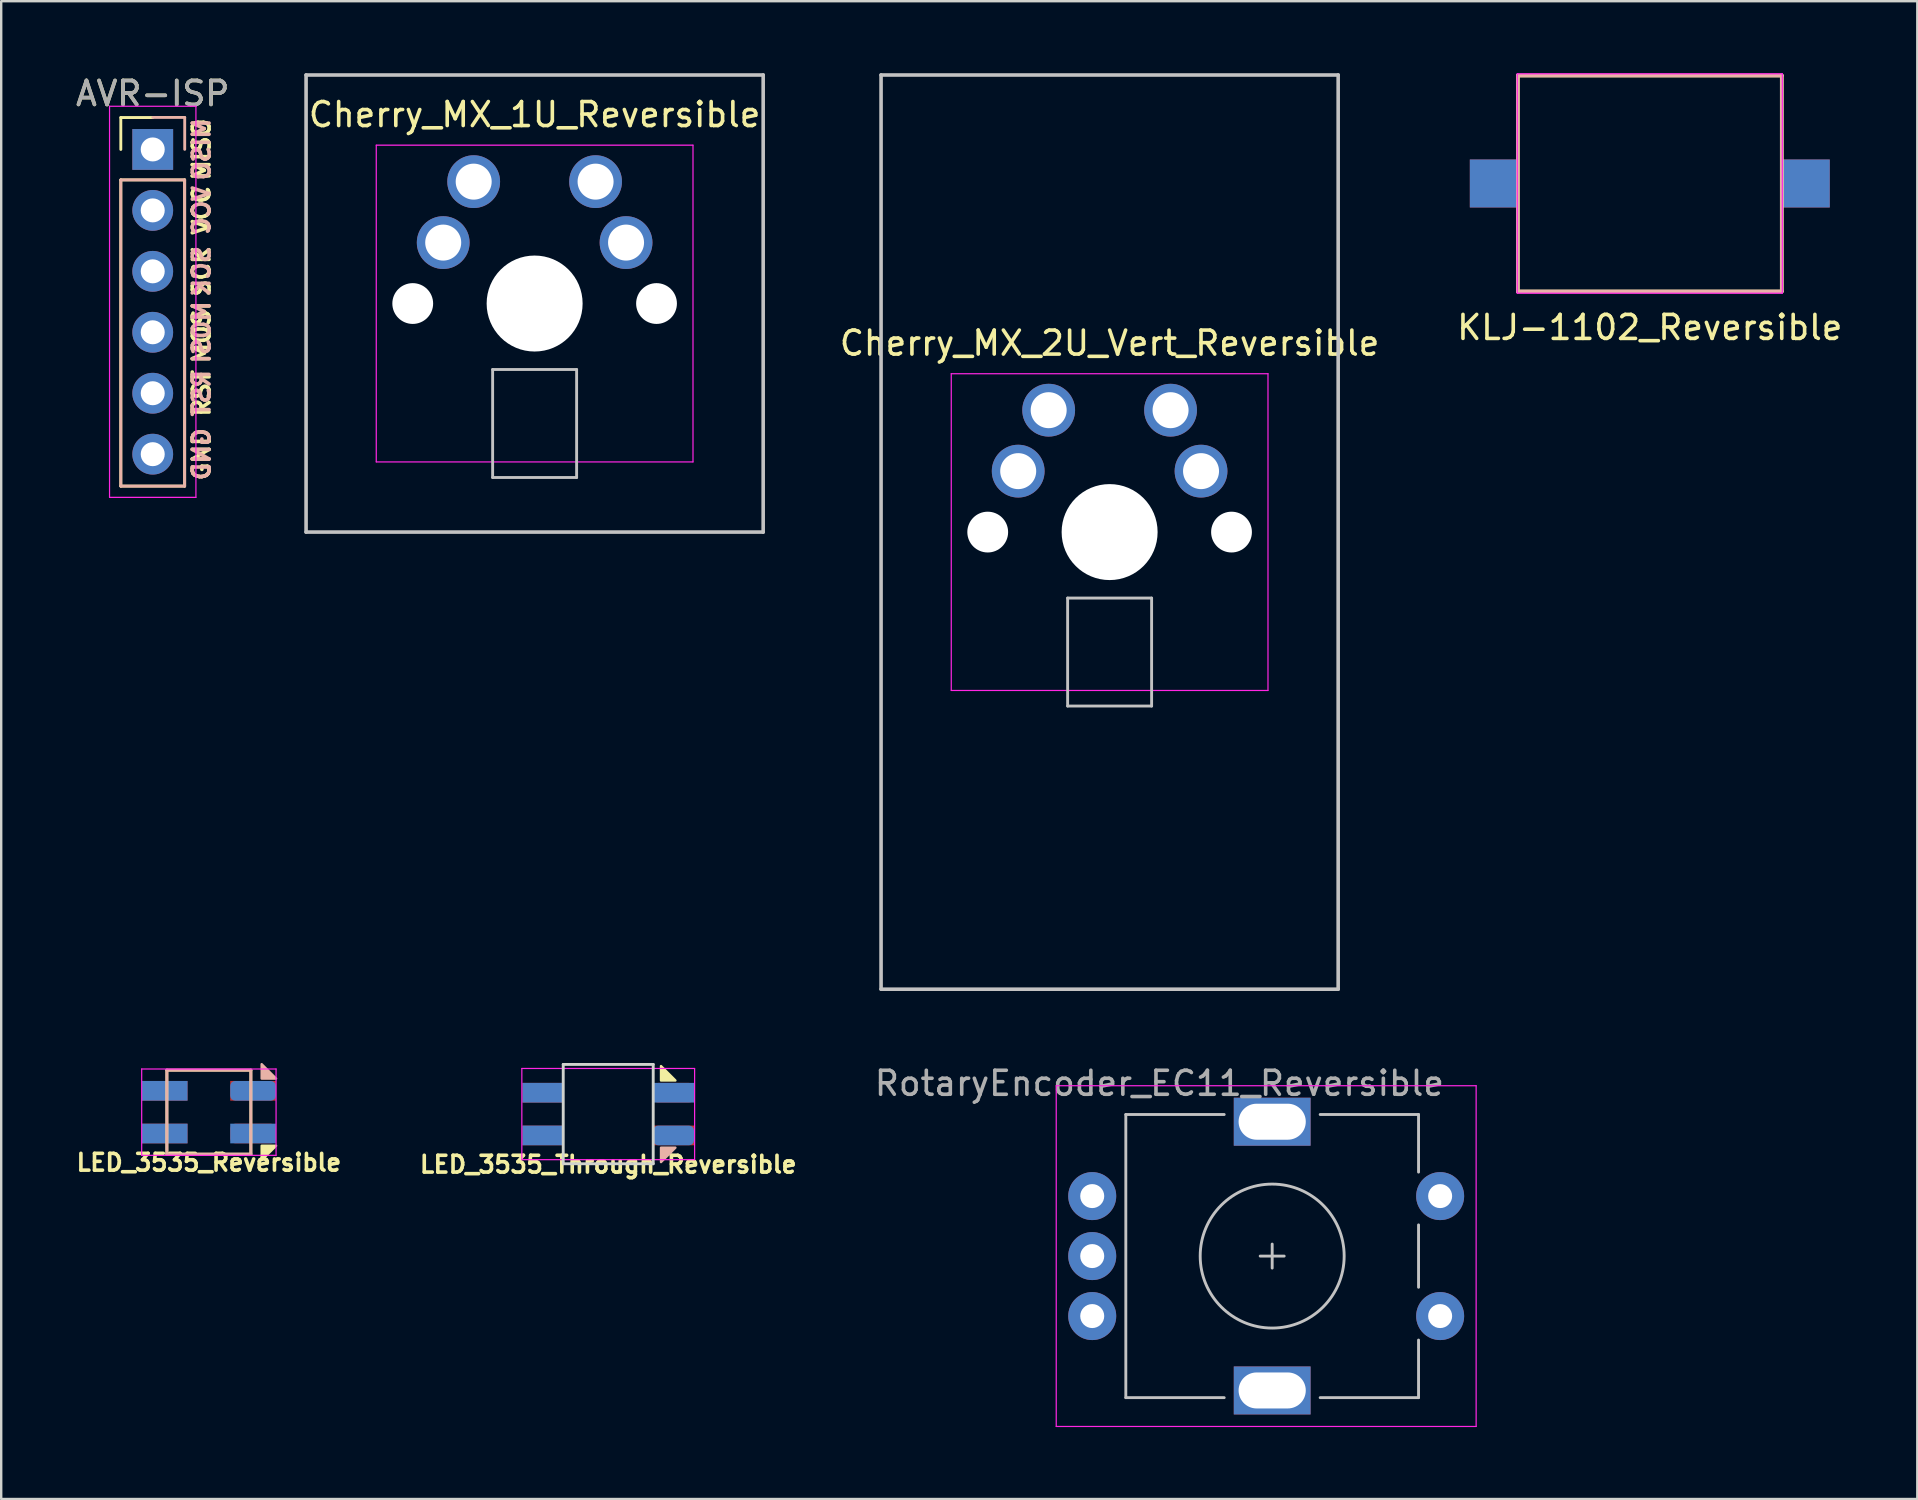
<source format=kicad_pcb>
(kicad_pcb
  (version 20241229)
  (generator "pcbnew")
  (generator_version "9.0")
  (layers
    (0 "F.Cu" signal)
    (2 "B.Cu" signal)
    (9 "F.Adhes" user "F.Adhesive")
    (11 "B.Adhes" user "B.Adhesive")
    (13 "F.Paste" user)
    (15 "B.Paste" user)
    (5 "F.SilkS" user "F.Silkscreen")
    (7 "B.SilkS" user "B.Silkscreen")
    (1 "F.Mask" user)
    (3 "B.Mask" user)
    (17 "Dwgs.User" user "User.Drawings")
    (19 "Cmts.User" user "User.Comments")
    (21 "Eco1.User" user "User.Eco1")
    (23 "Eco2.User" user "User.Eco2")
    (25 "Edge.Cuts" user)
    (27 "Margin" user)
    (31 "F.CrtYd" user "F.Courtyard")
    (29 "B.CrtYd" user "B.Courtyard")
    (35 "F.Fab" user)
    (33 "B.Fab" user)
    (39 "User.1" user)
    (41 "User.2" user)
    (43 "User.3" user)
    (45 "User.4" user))
  (footprint "LED_3535_Reversible"
    (layer "F.Cu")
    (at 5.655 43.3)
    (property "Reference" "LED_3535_Reversible" (at 0 2.1 0) (unlocked yes) (layer "F.SilkS") (effects (font (size 0.7 0.7) (thickness 0.15))))
    (attr through_hole)
    (fp_line (start -1.75 -1.75) (end 1.75 -1.75) (stroke (width 0.12) (type solid)) (layer "F.SilkS"))
    (fp_line (start -1.75 1.75) (end -1.75 -1.75) (stroke (width 0.12) (type solid)) (layer "F.SilkS"))
    (fp_line (start 1.75 -1.75) (end 1.75 1.75) (stroke (width 0.12) (type solid)) (layer "F.SilkS"))
    (fp_line (start 1.75 1.75) (end -1.75 1.75) (stroke (width 0.12) (type solid)) (layer "F.SilkS"))
    (fp_poly (pts (xy 2.8 1.4) (xy 2.2 1.4) (xy 2.2 2)) (stroke (width 0.1) (type solid)) (fill yes) (layer "F.SilkS"))
    (fp_line (start -1.75 -1.75) (end 1.75 -1.75) (stroke (width 0.12) (type solid)) (layer "B.SilkS"))
    (fp_line (start -1.75 1.75) (end -1.75 -1.75) (stroke (width 0.12) (type solid)) (layer "B.SilkS"))
    (fp_line (start 1.75 -1.75) (end 1.75 1.75) (stroke (width 0.12) (type solid)) (layer "B.SilkS"))
    (fp_line (start 1.75 1.75) (end -1.75 1.75) (stroke (width 0.12) (type solid)) (layer "B.SilkS"))
    (fp_poly (pts (xy 2.8 -1.4) (xy 2.2 -1.4) (xy 2.2 -2)) (stroke (width 0.1) (type solid)) (fill yes) (layer "B.SilkS"))
    (fp_line (start -2.8 -1.8) (end 2.8 -1.8) (stroke (width 0.05) (type solid)) (layer "F.CrtYd"))
    (fp_line (start -2.8 1.8) (end -2.8 -1.8) (stroke (width 0.05) (type solid)) (layer "F.CrtYd"))
    (fp_line (start 2.8 -1.8) (end 2.8 1.8) (stroke (width 0.05) (type solid)) (layer "F.CrtYd"))
    (fp_line (start 2.8 1.8) (end -2.8 1.8) (stroke (width 0.05) (type solid)) (layer "F.CrtYd"))
    (pad "1" smd rect (at -1.84 -0.89) (size 1.9 0.82) (layers "F.Cu" "F.Mask" "F.Paste"))
    (pad "1" smd rect (at -1.84 0.89) (size 1.9 0.82) (layers "B.Cu" "B.Mask" "B.Paste"))
    (pad "2" smd rect (at -1.84 -0.89) (size 1.9 0.82) (layers "B.Cu" "B.Mask" "B.Paste"))
    (pad "2" smd rect (at -1.84 0.89) (size 1.9 0.82) (layers "F.Cu" "F.Mask" "F.Paste"))
    (pad "3" smd roundrect (at 1.84 -0.89) (size 1.9 0.82) (layers "B.Cu" "B.Mask" "B.Paste") (roundrect_rratio 0.25))
    (pad "3" smd roundrect (at 1.84 0.89) (size 1.9 0.82) (layers "F.Cu" "F.Mask" "F.Paste") (roundrect_rratio 0.25))
    (pad "4" smd rect (at 1.84 -0.89) (size 1.9 0.82) (layers "F.Cu" "F.Mask" "F.Paste"))
    (pad "4" smd rect (at 1.84 0.89) (size 1.9 0.82) (layers "B.Cu" "B.Mask" "B.Paste")))
  (footprint "Cherry_MX_2U_Vert_Reversible"
    (layer "F.Cu")
    (at 43.194 19.125)
    (property "Reference" "Cherry_MX_2U_Vert_Reversible" (at 0 -7.874 0) (layer "F.SilkS") (effects (font (size 1 1) (thickness 0.15))))
    (attr through_hole)
    (fp_line (start -9.525 -19.05) (end 9.525 -19.05) (stroke (width 0.15) (type solid)) (layer "Dwgs.User"))
    (fp_line (start -9.525 19.05) (end -9.525 -19.05) (stroke (width 0.15) (type solid)) (layer "Dwgs.User"))
    (fp_line (start -1.75 2.75) (end 1.75 2.75) (stroke (width 0.12) (type solid)) (layer "Dwgs.User"))
    (fp_line (start -1.75 7.25) (end -1.75 2.75) (stroke (width 0.12) (type solid)) (layer "Dwgs.User"))
    (fp_line (start 1.75 2.75) (end 1.75 7.25) (stroke (width 0.12) (type solid)) (layer "Dwgs.User"))
    (fp_line (start 1.75 7.25) (end -1.75 7.25) (stroke (width 0.12) (type solid)) (layer "Dwgs.User"))
    (fp_line (start 9.525 -19.05) (end 9.525 19.05) (stroke (width 0.15) (type solid)) (layer "Dwgs.User"))
    (fp_line (start 9.525 19.05) (end -9.525 19.05) (stroke (width 0.15) (type solid)) (layer "Dwgs.User"))
    (fp_line (start -6.6 -6.6) (end 6.6 -6.6) (stroke (width 0.05) (type solid)) (layer "F.CrtYd"))
    (fp_line (start -6.6 6.6) (end -6.6 -6.6) (stroke (width 0.05) (type solid)) (layer "F.CrtYd"))
    (fp_line (start 6.6 -6.6) (end 6.6 6.6) (stroke (width 0.05) (type solid)) (layer "F.CrtYd"))
    (fp_line (start 6.6 6.6) (end -6.6 6.6) (stroke (width 0.05) (type solid)) (layer "F.CrtYd"))
    (pad "" np_thru_hole circle (at -5.08 0) (size 1.7 1.7) (drill 1.7) (layers "*.Cu"))
    (pad "" np_thru_hole circle (at 0 0) (size 4 4) (drill 4) (layers "*.Cu" "*.Mask"))
    (pad "" np_thru_hole circle (at 5.08 0) (size 1.7 1.7) (drill 1.7) (layers "*.Cu"))
    (pad "1" thru_hole circle (at -3.81 -2.54) (size 2.2 2.2) (drill 1.5) (layers "*.Cu" "*.Mask"))
    (pad "1" thru_hole circle (at -2.54 -5.08) (size 2.2 2.2) (drill 1.5) (layers "*.Cu" "*.Mask"))
    (pad "2" thru_hole circle (at 2.54 -5.08) (size 2.2 2.2) (drill 1.5) (layers "*.Cu" "*.Mask"))
    (pad "2" thru_hole circle (at 3.81 -2.54) (size 2.2 2.2) (drill 1.5) (layers "*.Cu" "*.Mask")))
  (footprint "LED_3535_Through_Reversible"
    (layer "F.Cu")
    (at 22.298 43.38)
    (property "Reference" "LED_3535_Through_Reversible" (at 0 2.1 0) (unlocked yes) (layer "F.SilkS") (effects (font (size 0.7 0.7) (thickness 0.15))))
    (attr through_hole)
    (fp_poly (pts (xy 2.8 -1.4) (xy 2.2 -1.4) (xy 2.2 -2)) (stroke (width 0.1) (type solid)) (fill yes) (layer "F.SilkS"))
    (fp_poly (pts (xy 2.8 1.4) (xy 2.2 1.4) (xy 2.2 2)) (stroke (width 0.1) (type solid)) (fill yes) (layer "B.SilkS"))
    (fp_line (start -1.875 -2.07) (end 1.875 -2.07) (stroke (width 0.12) (type solid)) (layer "Edge.Cuts"))
    (fp_line (start -1.875 2.07) (end -1.875 -2.07) (stroke (width 0.12) (type solid)) (layer "Edge.Cuts"))
    (fp_line (start 1.875 -2.07) (end 1.875 2.07) (stroke (width 0.12) (type solid)) (layer "Edge.Cuts"))
    (fp_line (start 1.875 2.07) (end -1.875 2.07) (stroke (width 0.12) (type solid)) (layer "Edge.Cuts"))
    (fp_line (start -3.6 -1.9) (end 3.6 -1.9) (stroke (width 0.05) (type solid)) (layer "F.CrtYd"))
    (fp_line (start -3.6 1.9) (end -3.6 -1.9) (stroke (width 0.05) (type solid)) (layer "F.CrtYd"))
    (fp_line (start 3.6 -1.9) (end 3.6 1.9) (stroke (width 0.05) (type solid)) (layer "F.CrtYd"))
    (fp_line (start 3.6 1.9) (end -3.6 1.9) (stroke (width 0.05) (type solid)) (layer "F.CrtYd"))
    (pad "1" smd rect (at -2.725 -0.89) (size 1.7 0.82) (layers "B.Cu" "B.Mask" "B.Paste"))
    (pad "1" smd rect (at -2.725 0.89) (size 1.7 0.82) (layers "F.Cu" "F.Mask" "F.Paste"))
    (pad "2" smd rect (at -2.725 -0.89) (size 1.7 0.82) (layers "F.Cu" "F.Mask" "F.Paste"))
    (pad "2" smd rect (at -2.725 0.89) (size 1.7 0.82) (layers "B.Cu" "B.Mask" "B.Paste"))
    (pad "3" smd roundrect (at 2.725 -0.89) (size 1.7 0.82) (layers "F.Cu" "F.Mask" "F.Paste") (roundrect_rratio 0.25))
    (pad "3" smd roundrect (at 2.725 0.89) (size 1.7 0.82) (layers "B.Cu" "B.Mask" "B.Paste") (roundrect_rratio 0.25))
    (pad "4" smd rect (at 2.725 -0.89) (size 1.7 0.82) (layers "B.Cu" "B.Mask" "B.Paste"))
    (pad "4" smd rect (at 2.725 0.89) (size 1.7 0.82) (layers "F.Cu" "F.Mask" "F.Paste")))
  (footprint "RotaryEncoder_EC11_Reversible"
    (layer "F.Cu")
    (at 49.969 49.298)
    (property "Reference" "RotaryEncoder_EC11_Reversible" (at -4.7 -7.2 0) (layer "F.Fab") (effects (font (size 1 1) (thickness 0.15))))
    (attr through_hole)
    (fp_line (start -6.1 -5.9) (end -6.1 5.9) (stroke (width 0.12) (type solid)) (layer "Dwgs.User"))
    (fp_line (start -2 -5.9) (end -6.1 -5.9) (stroke (width 0.12) (type solid)) (layer "Dwgs.User"))
    (fp_line (start -2 5.9) (end -6.1 5.9) (stroke (width 0.12) (type solid)) (layer "Dwgs.User"))
    (fp_line (start -0.5 0) (end 0.5 0) (stroke (width 0.12) (type solid)) (layer "Dwgs.User"))
    (fp_line (start 0 -0.5) (end 0 0.5) (stroke (width 0.12) (type solid)) (layer "Dwgs.User"))
    (fp_line (start 2 -5.9) (end 6.1 -5.9) (stroke (width 0.12) (type solid)) (layer "Dwgs.User"))
    (fp_line (start 6.1 -5.9) (end 6.1 -3.5) (stroke (width 0.12) (type solid)) (layer "Dwgs.User"))
    (fp_line (start 6.1 -1.3) (end 6.1 1.3) (stroke (width 0.12) (type solid)) (layer "Dwgs.User"))
    (fp_line (start 6.1 3.5) (end 6.1 5.9) (stroke (width 0.12) (type solid)) (layer "Dwgs.User"))
    (fp_line (start 6.1 5.9) (end 2 5.9) (stroke (width 0.12) (type solid)) (layer "Dwgs.User"))
    (fp_circle (center 0 0) (end 3 0) (stroke (width 0.12) (type solid)) (fill no) (layer "Dwgs.User"))
    (fp_line (start -9 -7.1) (end -9 7.1) (stroke (width 0.05) (type solid)) (layer "F.CrtYd"))
    (fp_line (start -9 -7.1) (end 8.5 -7.1) (stroke (width 0.05) (type solid)) (layer "F.CrtYd"))
    (fp_line (start 8.5 7.1) (end -9 7.1) (stroke (width 0.05) (type solid)) (layer "F.CrtYd"))
    (fp_line (start 8.5 7.1) (end 8.5 -7.1) (stroke (width 0.05) (type solid)) (layer "F.CrtYd"))
    (pad "" np_thru_hole rect (at 0 -5.6) (size 3.2 2) (drill oval 2.8 1.5) (layers "*.Cu" "*.Mask"))
    (pad "" np_thru_hole rect (at 0 5.6) (size 3.2 2) (drill oval 2.8 1.5) (layers "*.Cu" "*.Mask"))
    (pad "A" thru_hole circle (at -7.5 -2.5) (size 2 2) (drill 1) (layers "*.Cu" "*.Mask"))
    (pad "B" thru_hole circle (at -7.5 2.5) (size 2 2) (drill 1) (layers "*.Cu" "*.Mask"))
    (pad "C" thru_hole circle (at -7.5 0) (size 2 2) (drill 1) (layers "*.Cu" "*.Mask"))
    (pad "S1" thru_hole circle (at 7 2.5) (size 2 2) (drill 1) (layers "*.Cu" "*.Mask"))
    (pad "S2" thru_hole circle (at 7 -2.5) (size 2 2) (drill 1) (layers "*.Cu" "*.Mask")))
  (footprint "Cherry_MX_1U_Reversible"
    (layer "F.Cu")
    (at 19.231 9.6)
    (property "Reference" "Cherry_MX_1U_Reversible" (at 0 -7.874 0) (layer "F.SilkS") (effects (font (size 1 1) (thickness 0.15))))
    (attr through_hole)
    (fp_line (start -9.525 -9.525) (end 9.525 -9.525) (stroke (width 0.15) (type solid)) (layer "Dwgs.User"))
    (fp_line (start -9.525 9.525) (end -9.525 -9.525) (stroke (width 0.15) (type solid)) (layer "Dwgs.User"))
    (fp_line (start -1.75 2.75) (end 1.75 2.75) (stroke (width 0.12) (type solid)) (layer "Dwgs.User"))
    (fp_line (start -1.75 7.25) (end -1.75 2.75) (stroke (width 0.12) (type solid)) (layer "Dwgs.User"))
    (fp_line (start 1.75 2.75) (end 1.75 7.25) (stroke (width 0.12) (type solid)) (layer "Dwgs.User"))
    (fp_line (start 1.75 7.25) (end -1.75 7.25) (stroke (width 0.12) (type solid)) (layer "Dwgs.User"))
    (fp_line (start 9.525 -9.525) (end 9.525 9.525) (stroke (width 0.15) (type solid)) (layer "Dwgs.User"))
    (fp_line (start 9.525 9.525) (end -9.525 9.525) (stroke (width 0.15) (type solid)) (layer "Dwgs.User"))
    (fp_line (start -6.6 -6.6) (end 6.6 -6.6) (stroke (width 0.05) (type solid)) (layer "F.CrtYd"))
    (fp_line (start -6.6 6.6) (end -6.6 -6.6) (stroke (width 0.05) (type solid)) (layer "F.CrtYd"))
    (fp_line (start 6.6 -6.6) (end 6.6 6.6) (stroke (width 0.05) (type solid)) (layer "F.CrtYd"))
    (fp_line (start 6.6 6.6) (end -6.6 6.6) (stroke (width 0.05) (type solid)) (layer "F.CrtYd"))
    (pad "" np_thru_hole circle (at -5.08 0) (size 1.7 1.7) (drill 1.7) (layers "*.Cu" "*.Mask"))
    (pad "" np_thru_hole circle (at 0 0) (size 4 4) (drill 4) (layers "*.Cu" "*.Mask"))
    (pad "" np_thru_hole circle (at 5.08 0) (size 1.7 1.7) (drill 1.7) (layers "*.Cu" "*.Mask"))
    (pad "1" thru_hole circle (at -3.81 -2.54) (size 2.2 2.2) (drill 1.5) (layers "*.Cu" "*.Mask"))
    (pad "1" thru_hole circle (at -2.54 -5.08) (size 2.2 2.2) (drill 1.5) (layers "*.Cu" "*.Mask"))
    (pad "2" thru_hole circle (at 2.54 -5.08) (size 2.2 2.2) (drill 1.5) (layers "*.Cu" "*.Mask"))
    (pad "2" thru_hole circle (at 3.81 -2.54) (size 2.2 2.2) (drill 1.5) (layers "*.Cu" "*.Mask")))
  (footprint "KLJ-1102_Reversible"
    (layer "F.Cu")
    (at 65.706 4.597)
    (property "Reference" "KLJ-1102_Reversible" (at 0 6 0) (layer "F.SilkS") (effects (font (size 1 1) (thickness 0.15))))
    (attr through_hole)
    (fp_line (start -5.5 -4.5) (end 5.5 -4.5) (stroke (width 0.15) (type solid)) (layer "F.SilkS"))
    (fp_line (start -5.5 4.5) (end -5.5 -4.5) (stroke (width 0.15) (type solid)) (layer "F.SilkS"))
    (fp_line (start 5.5 -4.5) (end 5.5 4.5) (stroke (width 0.15) (type solid)) (layer "F.SilkS"))
    (fp_line (start 5.5 4.5) (end -5.5 4.5) (stroke (width 0.15) (type solid)) (layer "F.SilkS"))
    (fp_line (start -5.5 -4.5) (end 5.5 -4.5) (stroke (width 0.15) (type solid)) (layer "B.SilkS"))
    (fp_line (start -5.5 4.5) (end -5.5 -4.5) (stroke (width 0.15) (type solid)) (layer "B.SilkS"))
    (fp_line (start 5.5 -4.5) (end 5.5 4.5) (stroke (width 0.15) (type solid)) (layer "B.SilkS"))
    (fp_line (start 5.5 4.5) (end -5.5 4.5) (stroke (width 0.15) (type solid)) (layer "B.SilkS"))
    (fp_line (start -5.524 -4.572) (end -5.524 4.572) (stroke (width 0.05) (type solid)) (layer "F.CrtYd"))
    (fp_line (start -5.524 4.572) (end 5.524 4.572) (stroke (width 0.05) (type solid)) (layer "F.CrtYd"))
    (fp_line (start 5.524 -4.572) (end -5.524 -4.572) (stroke (width 0.05) (type solid)) (layer "F.CrtYd"))
    (fp_line (start 5.524 4.572) (end 5.524 -4.572) (stroke (width 0.05) (type solid)) (layer "F.CrtYd"))
    (pad "1" smd rect (at -6.5 0) (size 2 2) (layers "F.Cu" "F.Mask" "F.Paste"))
    (pad "1" smd rect (at -6.5 0) (size 2 2) (layers "B.Cu" "B.Mask" "B.Paste"))
    (pad "2" smd rect (at 6.5 0) (size 2 2) (layers "F.Cu" "F.Mask" "F.Paste"))
    (pad "2" smd rect (at 6.5 0) (size 2 2) (layers "B.Cu" "B.Mask" "B.Paste")))
  (footprint "AVR-ISP"
    (layer "F.Cu")
    (at 3.315 3.178)
    (property "Reference" "AVR-ISP" (at 0 -2.33 0) (layer "F.SilkS") (effects (font (size 1 1) (thickness 0.15))))
    (attr through_hole)
    (fp_line (start -1.33 -1.33) (end 0 -1.33) (stroke (width 0.12) (type solid)) (layer "F.SilkS"))
    (fp_line (start -1.33 0) (end -1.33 -1.33) (stroke (width 0.12) (type solid)) (layer "F.SilkS"))
    (fp_line (start -1.33 1.27) (end -1.33 14.03) (stroke (width 0.12) (type solid)) (layer "F.SilkS"))
    (fp_line (start -1.33 14.03) (end 1.33 14.03) (stroke (width 0.12) (type solid)) (layer "F.SilkS"))
    (fp_line (start 1.33 1.27) (end -1.33 1.27) (stroke (width 0.12) (type solid)) (layer "F.SilkS"))
    (fp_line (start 1.33 14.03) (end 1.33 1.27) (stroke (width 0.12) (type solid)) (layer "F.SilkS"))
    (fp_line (start -1.33 1.27) (end -1.33 14.03) (stroke (width 0.12) (type solid)) (layer "B.SilkS"))
    (fp_line (start -1.33 14.03) (end 1.33 14.03) (stroke (width 0.12) (type solid)) (layer "B.SilkS"))
    (fp_line (start 0.004 -1.333) (end 1.333 -1.333) (stroke (width 0.12) (type solid)) (layer "B.SilkS"))
    (fp_line (start 1.33 1.27) (end -1.33 1.27) (stroke (width 0.12) (type solid)) (layer "B.SilkS"))
    (fp_line (start 1.33 14.03) (end 1.33 1.27) (stroke (width 0.12) (type solid)) (layer "B.SilkS"))
    (fp_line (start 1.333 -1.333) (end 1.333 -0.004) (stroke (width 0.12) (type solid)) (layer "B.SilkS"))
    (fp_line (start -1.8 -1.8) (end -1.8 14.5) (stroke (width 0.05) (type solid)) (layer "F.CrtYd"))
    (fp_line (start -1.8 14.5) (end 1.8 14.5) (stroke (width 0.05) (type solid)) (layer "F.CrtYd"))
    (fp_line (start 1.8 -1.8) (end -1.8 -1.8) (stroke (width 0.05) (type solid)) (layer "F.CrtYd"))
    (fp_line (start 1.8 14.5) (end 1.8 -1.8) (stroke (width 0.05) (type solid)) (layer "F.CrtYd"))
    (fp_text user "SCK" (at 2.032 5.08 90) (layer "F.SilkS") (effects (font (size 0.7 0.7) (thickness 0.15))))
    (fp_text user "VCC" (at 2.032 2.54 90) (layer "F.SilkS") (effects (font (size 0.7 0.7) (thickness 0.15))))
    (fp_text user "RST" (at 2.032 10.16 90) (layer "F.SilkS") (effects (font (size 0.7 0.7) (thickness 0.15))))
    (fp_text user "MISO" (at 2.032 0 90) (layer "F.SilkS") (effects (font (size 0.7 0.7) (thickness 0.15))))
    (fp_text user "MOSI" (at 2.032 7.62 90) (layer "F.SilkS") (effects (font (size 0.7 0.7) (thickness 0.15))))
    (fp_text user "GND" (at 2.032 12.7 90) (layer "F.SilkS") (effects (font (size 0.7 0.7) (thickness 0.15))))
    (fp_text user "MOSI" (at 2.032 7.62 90) (layer "B.SilkS") (effects (font (size 0.7 0.7) (thickness 0.15)) (justify mirror)))
    (fp_text user "VCC" (at 2.032 2.54 90) (layer "B.SilkS") (effects (font (size 0.7 0.7) (thickness 0.15)) (justify mirror)))
    (fp_text user "MISO" (at 2.032 0 90) (layer "B.SilkS") (effects (font (size 0.7 0.7) (thickness 0.15)) (justify mirror)))
    (fp_text user "SCK" (at 2.032 5.08 90) (layer "B.SilkS") (effects (font (size 0.7 0.7) (thickness 0.15)) (justify mirror)))
    (fp_text user "RST" (at 2.032 10.16 90) (layer "B.SilkS") (effects (font (size 0.7 0.7) (thickness 0.15)) (justify mirror)))
    (fp_text user "GND" (at 2.032 12.7 90) (layer "B.SilkS") (effects (font (size 0.7 0.7) (thickness 0.15)) (justify mirror)))
    (fp_text user "${REFERENCE}" (at 0 -2.33 0) (layer "F.Fab") (effects (font (size 1 1) (thickness 0.15))))
    (pad "1" thru_hole rect (at 0 0) (size 1.7 1.7) (drill 1) (layers "*.Cu" "*.Mask"))
    (pad "2" thru_hole oval (at 0 2.54) (size 1.7 1.7) (drill 1) (layers "*.Cu" "*.Mask"))
    (pad "3" thru_hole oval (at 0 5.08) (size 1.7 1.7) (drill 1) (layers "*.Cu" "*.Mask"))
    (pad "4" thru_hole oval (at 0 7.62) (size 1.7 1.7) (drill 1) (layers "*.Cu" "*.Mask"))
    (pad "5" thru_hole oval (at 0 10.16) (size 1.7 1.7) (drill 1) (layers "*.Cu" "*.Mask"))
    (pad "6" thru_hole oval (at 0 12.7) (size 1.7 1.7) (drill 1) (layers "*.Cu" "*.Mask")))
  (gr_rect
    (start -3 -3)
    (end 76.855 59.423)
    (stroke (width 0.1) (type default))
    (fill no)
    (layer "Edge.Cuts")))
</source>
